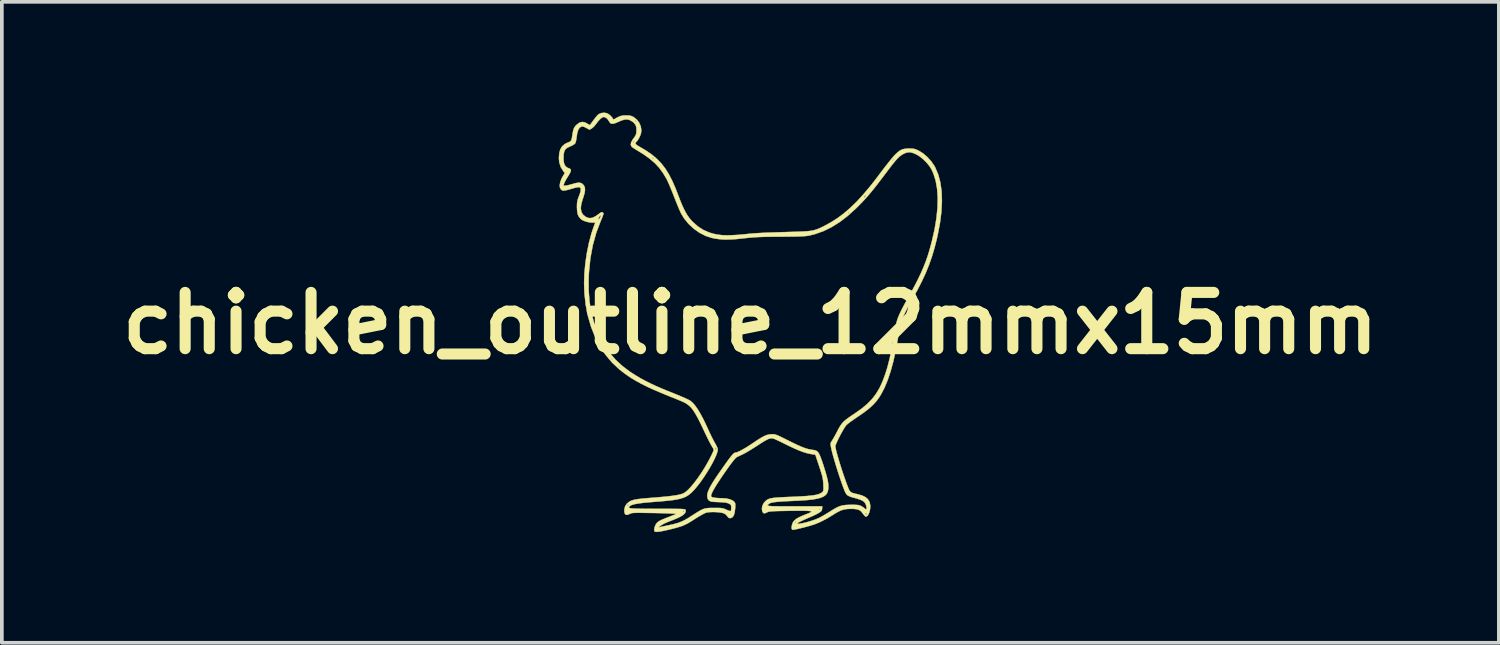
<source format=kicad_pcb>
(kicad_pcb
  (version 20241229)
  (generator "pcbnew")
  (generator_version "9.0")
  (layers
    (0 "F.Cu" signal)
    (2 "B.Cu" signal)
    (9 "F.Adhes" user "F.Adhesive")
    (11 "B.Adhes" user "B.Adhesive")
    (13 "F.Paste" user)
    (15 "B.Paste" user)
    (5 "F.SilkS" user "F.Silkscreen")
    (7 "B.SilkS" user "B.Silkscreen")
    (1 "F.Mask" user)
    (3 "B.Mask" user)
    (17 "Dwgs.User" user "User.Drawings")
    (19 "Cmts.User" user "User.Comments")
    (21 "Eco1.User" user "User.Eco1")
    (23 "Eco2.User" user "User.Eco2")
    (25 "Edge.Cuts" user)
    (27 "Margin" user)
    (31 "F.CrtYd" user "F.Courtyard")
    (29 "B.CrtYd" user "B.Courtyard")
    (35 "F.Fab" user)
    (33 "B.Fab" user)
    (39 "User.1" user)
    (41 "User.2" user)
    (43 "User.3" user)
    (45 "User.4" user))
  (footprint "chicken_outline_12mmx15mm"
    (layer "F.Cu")
    (at 17.279 5.707)
    (property "Reference" "chicken_outline_12mmx15mm" (at 0 0 0) (layer "F.SilkS") (effects (font (size 1.524 1.524) (thickness 0.3))))
    (attr through_hole)
    (fp_poly (pts (xy -3.889 -5.69) (xy -3.839 -5.664) (xy -3.786 -5.62) (xy -3.742 -5.571) (xy -3.721 -5.535) (xy -3.71 -5.521) (xy -3.686 -5.528) (xy -3.676 -5.534) (xy -3.598 -5.578) (xy -3.537 -5.606) (xy -3.483 -5.622) (xy -3.425 -5.629) (xy -3.37 -5.63) (xy -3.294 -5.628) (xy -3.239 -5.619) (xy -3.191 -5.6) (xy -3.167 -5.588) (xy -3.081 -5.522) (xy -3.014 -5.436) (xy -2.97 -5.338) (xy -2.953 -5.234) (xy -2.961 -5.151) (xy -2.981 -5.089) (xy -3.013 -5.021) (xy -3.05 -4.959) (xy -3.085 -4.916) (xy -3.089 -4.911) (xy -3.111 -4.886) (xy -3.109 -4.86) (xy -3.082 -4.831) (xy -3.026 -4.795) (xy -3.001 -4.781) (xy -2.825 -4.677) (xy -2.67 -4.57) (xy -2.534 -4.456) (xy -2.413 -4.331) (xy -2.305 -4.192) (xy -2.206 -4.033) (xy -2.113 -3.852) (xy -2.022 -3.644) (xy -1.956 -3.471) (xy -1.89 -3.301) (xy -1.83 -3.158) (xy -1.772 -3.039) (xy -1.715 -2.939) (xy -1.655 -2.853) (xy -1.59 -2.777) (xy -1.558 -2.744) (xy -1.42 -2.622) (xy -1.276 -2.529) (xy -1.121 -2.461) (xy -1.079 -2.447) (xy -0.979 -2.419) (xy -0.876 -2.399) (xy -0.766 -2.386) (xy -0.643 -2.381) (xy -0.504 -2.384) (xy -0.343 -2.393) (xy -0.155 -2.41) (xy -0.051 -2.421) (xy 0.023 -2.428) (xy 0.106 -2.435) (xy 0.201 -2.441) (xy 0.311 -2.447) (xy 0.441 -2.453) (xy 0.592 -2.458) (xy 0.769 -2.464) (xy 0.976 -2.47) (xy 1.058 -2.473) (xy 1.226 -2.477) (xy 1.364 -2.482) (xy 1.478 -2.488) (xy 1.572 -2.495) (xy 1.65 -2.505) (xy 1.717 -2.518) (xy 1.778 -2.535) (xy 1.837 -2.557) (xy 1.899 -2.584) (xy 1.969 -2.618) (xy 2.005 -2.636) (xy 2.19 -2.737) (xy 2.368 -2.851) (xy 2.541 -2.981) (xy 2.56 -2.997) (xy 2.65 -2.997) (xy 2.651 -2.982) (xy 2.658 -2.98) (xy 2.675 -2.993) (xy 2.675 -2.997) (xy 2.67 -3.014) (xy 2.668 -3.014) (xy 2.654 -3.002) (xy 2.65 -2.997) (xy 2.56 -2.997) (xy 2.713 -3.13) (xy 2.887 -3.299) (xy 2.996 -3.418) (xy 3.082 -3.418) (xy 3.088 -3.404) (xy 3.104 -3.419) (xy 3.118 -3.442) (xy 3.13 -3.467) (xy 3.124 -3.467) (xy 3.11 -3.457) (xy 3.087 -3.432) (xy 3.082 -3.418) (xy 2.996 -3.418) (xy 3.063 -3.492) (xy 3.247 -3.71) (xy 3.44 -3.957) (xy 3.488 -4.022) (xy 3.572 -4.134) (xy 3.655 -4.242) (xy 3.734 -4.342) (xy 3.788 -4.409) (xy 3.844 -4.409) (xy 3.852 -4.404) (xy 3.875 -4.426) (xy 3.88 -4.432) (xy 3.895 -4.452) (xy 3.886 -4.448) (xy 3.873 -4.439) (xy 3.85 -4.418) (xy 3.844 -4.409) (xy 3.788 -4.409) (xy 3.804 -4.429) (xy 3.862 -4.5) (xy 3.905 -4.549) (xy 3.917 -4.561) (xy 3.994 -4.634) (xy 4.061 -4.683) (xy 4.128 -4.713) (xy 4.202 -4.728) (xy 4.294 -4.733) (xy 4.301 -4.733) (xy 4.377 -4.731) (xy 4.433 -4.725) (xy 4.483 -4.71) (xy 4.541 -4.685) (xy 4.564 -4.674) (xy 4.681 -4.601) (xy 4.796 -4.502) (xy 4.901 -4.386) (xy 4.987 -4.261) (xy 5.008 -4.223) (xy 5.09 -4.029) (xy 5.148 -3.813) (xy 5.182 -3.572) (xy 5.191 -3.309) (xy 5.177 -3.023) (xy 5.138 -2.715) (xy 5.075 -2.385) (xy 5.054 -2.291) (xy 4.99 -2.041) (xy 4.921 -1.808) (xy 4.842 -1.584) (xy 4.752 -1.362) (xy 4.647 -1.135) (xy 4.525 -0.897) (xy 4.392 -0.658) (xy 4.286 -0.467) (xy 4.2 -0.302) (xy 4.135 -0.163) (xy 4.091 -0.051) (xy 4.073 0.008) (xy 4.062 0.059) (xy 4.047 0.134) (xy 4.03 0.228) (xy 4.011 0.333) (xy 3.996 0.423) (xy 3.937 0.749) (xy 3.872 1.042) (xy 3.8 1.305) (xy 3.722 1.538) (xy 3.637 1.744) (xy 3.543 1.924) (xy 3.498 1.998) (xy 3.42 2.106) (xy 3.327 2.209) (xy 3.214 2.312) (xy 3.077 2.418) (xy 2.914 2.53) (xy 2.826 2.59) (xy 2.745 2.647) (xy 2.675 2.698) (xy 2.624 2.739) (xy 2.597 2.764) (xy 2.568 2.804) (xy 2.53 2.865) (xy 2.486 2.94) (xy 2.441 3.023) (xy 2.397 3.108) (xy 2.359 3.188) (xy 2.328 3.257) (xy 2.308 3.308) (xy 2.303 3.332) (xy 2.309 3.376) (xy 2.324 3.447) (xy 2.348 3.54) (xy 2.38 3.651) (xy 2.417 3.775) (xy 2.458 3.907) (xy 2.502 4.043) (xy 2.548 4.177) (xy 2.593 4.305) (xy 2.637 4.422) (xy 2.64 4.43) (xy 2.668 4.499) (xy 2.694 4.546) (xy 2.726 4.578) (xy 2.772 4.6) (xy 2.838 4.618) (xy 2.895 4.63) (xy 3.024 4.666) (xy 3.123 4.714) (xy 3.192 4.776) (xy 3.234 4.853) (xy 3.25 4.947) (xy 3.25 4.965) (xy 3.243 5.044) (xy 3.226 5.117) (xy 3.2 5.178) (xy 3.17 5.221) (xy 3.138 5.24) (xy 3.122 5.238) (xy 3.099 5.219) (xy 3.067 5.182) (xy 3.054 5.165) (xy 3.116 5.165) (xy 3.129 5.181) (xy 3.133 5.182) (xy 3.149 5.169) (xy 3.15 5.165) (xy 3.137 5.148) (xy 3.133 5.148) (xy 3.116 5.161) (xy 3.116 5.165) (xy 3.054 5.165) (xy 3.045 5.152) (xy 3.002 5.099) (xy 2.953 5.063) (xy 2.891 5.041) (xy 2.808 5.031) (xy 2.73 5.029) (xy 2.625 5.033) (xy 2.535 5.047) (xy 2.451 5.073) (xy 2.363 5.116) (xy 2.26 5.178) (xy 2.252 5.184) (xy 2.071 5.294) (xy 1.9 5.382) (xy 1.745 5.447) (xy 1.728 5.453) (xy 1.655 5.475) (xy 1.57 5.5) (xy 1.478 5.525) (xy 1.386 5.548) (xy 1.3 5.569) (xy 1.227 5.585) (xy 1.172 5.595) (xy 1.142 5.598) (xy 1.14 5.598) (xy 1.123 5.575) (xy 1.118 5.53) (xy 1.126 5.475) (xy 1.145 5.417) (xy 1.156 5.393) (xy 1.163 5.385) (xy 1.211 5.385) (xy 1.212 5.4) (xy 1.218 5.402) (xy 1.235 5.389) (xy 1.236 5.385) (xy 1.23 5.368) (xy 1.229 5.368) (xy 1.214 5.38) (xy 1.211 5.385) (xy 1.163 5.385) (xy 1.19 5.347) (xy 1.241 5.304) (xy 1.312 5.262) (xy 1.408 5.218) (xy 1.503 5.179) (xy 1.567 5.154) (xy 1.618 5.132) (xy 1.648 5.116) (xy 1.652 5.112) (xy 1.652 5.102) (xy 1.638 5.094) (xy 1.606 5.088) (xy 1.554 5.084) (xy 1.479 5.081) (xy 1.379 5.08) (xy 1.251 5.081) (xy 1.092 5.083) (xy 1.044 5.083) (xy 0.895 5.086) (xy 0.777 5.088) (xy 0.684 5.091) (xy 0.613 5.094) (xy 0.56 5.098) (xy 0.521 5.103) (xy 0.491 5.109) (xy 0.468 5.117) (xy 0.448 5.127) (xy 0.395 5.149) (xy 0.36 5.147) (xy 0.335 5.119) (xy 0.323 5.092) (xy 0.316 5.046) (xy 1.863 5.046) (xy 1.868 5.063) (xy 1.87 5.063) (xy 1.885 5.051) (xy 1.888 5.046) (xy 1.887 5.031) (xy 1.881 5.029) (xy 1.863 5.041) (xy 1.863 5.046) (xy 0.316 5.046) (xy 0.313 5.02) (xy 0.328 4.942) (xy 0.367 4.867) (xy 0.425 4.805) (xy 0.428 4.803) (xy 0.461 4.781) (xy 0.497 4.762) (xy 0.542 4.748) (xy 0.598 4.737) (xy 0.67 4.727) (xy 0.764 4.72) (xy 0.882 4.714) (xy 1.029 4.707) (xy 1.041 4.707) (xy 1.236 4.699) (xy 1.4 4.69) (xy 1.536 4.681) (xy 1.648 4.67) (xy 1.738 4.658) (xy 1.809 4.643) (xy 1.865 4.626) (xy 1.908 4.606) (xy 1.939 4.586) (xy 1.959 4.569) (xy 1.972 4.551) (xy 1.979 4.526) (xy 1.981 4.486) (xy 1.98 4.423) (xy 1.978 4.37) (xy 1.974 4.305) (xy 1.969 4.249) (xy 1.96 4.194) (xy 1.947 4.135) (xy 1.926 4.063) (xy 1.898 3.973) (xy 1.866 3.877) (xy 1.761 3.562) (xy 1.631 3.542) (xy 1.541 3.523) (xy 1.438 3.492) (xy 1.321 3.448) (xy 1.185 3.389) (xy 1.026 3.314) (xy 0.931 3.267) (xy 0.842 3.223) (xy 0.76 3.184) (xy 0.691 3.152) (xy 0.642 3.131) (xy 0.622 3.124) (xy 0.583 3.118) (xy 0.542 3.121) (xy 0.494 3.135) (xy 0.435 3.163) (xy 0.36 3.205) (xy 0.266 3.265) (xy 0.194 3.312) (xy 0.099 3.373) (xy 0.004 3.432) (xy -0.084 3.485) (xy -0.158 3.527) (xy -0.203 3.55) (xy -0.267 3.58) (xy -0.324 3.607) (xy -0.362 3.625) (xy -0.367 3.627) (xy -0.398 3.652) (xy -0.444 3.705) (xy -0.506 3.783) (xy -0.583 3.887) (xy -0.673 4.015) (xy -0.776 4.164) (xy -0.823 4.235) (xy -0.911 4.369) (xy -0.978 4.479) (xy -1.025 4.565) (xy -1.054 4.63) (xy -1.064 4.675) (xy -1.062 4.696) (xy -1.039 4.712) (xy -0.987 4.726) (xy -0.909 4.735) (xy -0.812 4.741) (xy -0.761 4.741) (xy -0.653 4.749) (xy -0.558 4.77) (xy -0.482 4.802) (xy -0.441 4.833) (xy -0.421 4.858) (xy -0.41 4.884) (xy -0.407 4.922) (xy -0.408 4.981) (xy -0.41 5.008) (xy -0.423 5.123) (xy -0.448 5.206) (xy -0.486 5.259) (xy -0.535 5.28) (xy -0.536 5.28) (xy -0.577 5.278) (xy -0.605 5.256) (xy -0.62 5.234) (xy -0.656 5.191) (xy -0.705 5.156) (xy -0.71 5.153) (xy -0.764 5.137) (xy -0.84 5.124) (xy -0.931 5.117) (xy -1.025 5.115) (xy -1.112 5.119) (xy -1.183 5.128) (xy -1.197 5.132) (xy -1.238 5.149) (xy -1.3 5.181) (xy -1.376 5.224) (xy -1.459 5.275) (xy -1.501 5.302) (xy -1.603 5.367) (xy -1.688 5.418) (xy -1.767 5.458) (xy -1.846 5.492) (xy -1.934 5.521) (xy -2.04 5.551) (xy -2.158 5.581) (xy -2.299 5.614) (xy -2.409 5.637) (xy -2.492 5.65) (xy -2.55 5.653) (xy -2.586 5.646) (xy -2.601 5.632) (xy -2.605 5.582) (xy -2.591 5.518) (xy -2.561 5.451) (xy -2.555 5.441) (xy -2.531 5.409) (xy -2.497 5.379) (xy -2.448 5.349) (xy -2.381 5.317) (xy -2.29 5.28) (xy -2.202 5.246) (xy -2.129 5.218) (xy -2.068 5.193) (xy -2.026 5.175) (xy -2.01 5.166) (xy -2.023 5.163) (xy -2.067 5.159) (xy -2.136 5.156) (xy -2.229 5.152) (xy -2.341 5.148) (xy -2.468 5.145) (xy -2.599 5.142) (xy -2.758 5.14) (xy -2.887 5.138) (xy -2.989 5.137) (xy -3.068 5.137) (xy -3.128 5.138) (xy -3.172 5.14) (xy -3.205 5.144) (xy -3.229 5.15) (xy -3.249 5.157) (xy -3.267 5.166) (xy -3.268 5.166) (xy -3.329 5.191) (xy -3.371 5.191) (xy -3.398 5.164) (xy -3.407 5.139) (xy -3.411 5.097) (xy -1.829 5.097) (xy -1.823 5.113) (xy -1.821 5.114) (xy -1.807 5.102) (xy -1.803 5.097) (xy -1.805 5.081) (xy -1.811 5.08) (xy -1.828 5.092) (xy -1.829 5.097) (xy -3.411 5.097) (xy -3.415 5.051) (xy -3.394 4.965) (xy -3.37 4.928) (xy -3.327 4.928) (xy -3.326 4.943) (xy -3.32 4.945) (xy -3.303 4.932) (xy -3.302 4.928) (xy -3.308 4.911) (xy -3.309 4.911) (xy -3.324 4.923) (xy -3.327 4.928) (xy -3.37 4.928) (xy -3.345 4.889) (xy -3.28 4.836) (xy -3.245 4.817) (xy -3.208 4.801) (xy -3.164 4.788) (xy -3.11 4.776) (xy -3.041 4.765) (xy -2.953 4.755) (xy -2.842 4.744) (xy -2.705 4.733) (xy -2.594 4.724) (xy -2.404 4.708) (xy -2.245 4.693) (xy -2.113 4.677) (xy -2.006 4.661) (xy -1.921 4.644) (xy -1.853 4.625) (xy -1.818 4.612) (xy -1.756 4.574) (xy -1.682 4.509) (xy -1.599 4.42) (xy -1.509 4.311) (xy -1.416 4.186) (xy -1.321 4.047) (xy -1.228 3.899) (xy -1.14 3.745) (xy -1.081 3.633) (xy -1.038 3.547) (xy -1.01 3.486) (xy -0.995 3.444) (xy -0.992 3.418) (xy -0.997 3.405) (xy -1.003 3.395) (xy -0.948 3.395) (xy -0.939 3.418) (xy -0.932 3.421) (xy -0.923 3.408) (xy -0.925 3.395) (xy -0.937 3.373) (xy -0.942 3.37) (xy -0.948 3.384) (xy -0.948 3.395) (xy -1.003 3.395) (xy -1.028 3.358) (xy -1.061 3.302) (xy -1.099 3.231) (xy -1.144 3.143) (xy -1.198 3.032) (xy -1.264 2.894) (xy -1.271 2.878) (xy -1.348 2.717) (xy -1.415 2.583) (xy -1.475 2.475) (xy -1.528 2.388) (xy -1.576 2.32) (xy -1.623 2.267) (xy -1.661 2.232) (xy -1.692 2.208) (xy -1.719 2.188) (xy -1.747 2.169) (xy -1.782 2.15) (xy -1.826 2.129) (xy -1.885 2.104) (xy -1.963 2.071) (xy -2.065 2.03) (xy -2.166 1.99) (xy -2.403 1.893) (xy -2.611 1.804) (xy -2.795 1.72) (xy -2.957 1.639) (xy -3.103 1.559) (xy -3.236 1.479) (xy -3.36 1.395) (xy -3.479 1.306) (xy -3.551 1.248) (xy -3.654 1.152) (xy -3.572 1.152) (xy -3.568 1.16) (xy -3.558 1.173) (xy -3.533 1.199) (xy -3.522 1.199) (xy -3.522 1.196) (xy -3.534 1.182) (xy -3.552 1.166) (xy -3.572 1.152) (xy -3.654 1.152) (xy -3.746 1.066) (xy -3.841 0.953) (xy -3.773 0.953) (xy -3.769 0.963) (xy -3.752 0.981) (xy -3.742 0.977) (xy -3.742 0.975) (xy -3.754 0.96) (xy -3.762 0.955) (xy -3.773 0.953) (xy -3.841 0.953) (xy -3.921 0.858) (xy -4.074 0.626) (xy -4.206 0.373) (xy -4.314 0.101) (xy -4.399 -0.189) (xy -4.46 -0.494) (xy -4.495 -0.812) (xy -4.504 -1.087) (xy -4.495 -1.355) (xy -4.469 -1.631) (xy -4.428 -1.908) (xy -4.373 -2.177) (xy -4.306 -2.428) (xy -4.253 -2.587) (xy -4.202 -2.726) (xy -4.282 -2.726) (xy -4.369 -2.734) (xy -4.459 -2.756) (xy -4.537 -2.787) (xy -4.579 -2.812) (xy -4.6 -2.834) (xy -4.115 -2.834) (xy -4.11 -2.813) (xy -4.095 -2.823) (xy -4.073 -2.861) (xy -4.055 -2.899) (xy -4.048 -2.924) (xy -4.048 -2.924) (xy -4.056 -2.926) (xy -4.073 -2.908) (xy -4.094 -2.88) (xy -4.11 -2.851) (xy -4.115 -2.834) (xy -4.6 -2.834) (xy -4.634 -2.868) (xy -4.671 -2.937) (xy -4.691 -3.024) (xy -4.698 -3.137) (xy -4.698 -3.15) (xy -4.696 -3.233) (xy -4.689 -3.297) (xy -4.675 -3.355) (xy -4.652 -3.42) (xy -4.642 -3.444) (xy -4.607 -3.542) (xy -4.593 -3.614) (xy -4.599 -3.661) (xy -4.626 -3.685) (xy -4.64 -3.688) (xy -4.673 -3.685) (xy -4.73 -3.674) (xy -4.801 -3.656) (xy -4.849 -3.641) (xy -4.943 -3.614) (xy -5.01 -3.598) (xy -5.058 -3.592) (xy -5.093 -3.598) (xy -5.12 -3.614) (xy -5.131 -3.624) (xy -5.158 -3.674) (xy -5.164 -3.744) (xy -5.149 -3.828) (xy -5.113 -3.921) (xy -5.071 -3.997) (xy -5.026 -4.068) (xy -5.062 -4.113) (xy -5.135 -4.228) (xy -5.176 -4.356) (xy -5.187 -4.468) (xy -5.183 -4.519) (xy -5.061 -4.519) (xy -5.06 -4.406) (xy -5.044 -4.321) (xy -5.012 -4.259) (xy -4.962 -4.216) (xy -4.898 -4.191) (xy -4.868 -4.171) (xy -4.862 -4.135) (xy -4.881 -4.08) (xy -4.924 -4.004) (xy -4.927 -3.999) (xy -4.983 -3.91) (xy -5.021 -3.841) (xy -5.046 -3.786) (xy -5.054 -3.763) (xy -5.058 -3.736) (xy -5.04 -3.726) (xy -5.018 -3.725) (xy -4.979 -3.73) (xy -4.92 -3.744) (xy -4.851 -3.762) (xy -4.834 -3.767) (xy -4.738 -3.794) (xy -4.666 -3.807) (xy -4.612 -3.805) (xy -4.569 -3.789) (xy -4.55 -3.776) (xy -4.508 -3.732) (xy -4.484 -3.677) (xy -4.479 -3.609) (xy -4.492 -3.523) (xy -4.524 -3.414) (xy -4.542 -3.362) (xy -4.581 -3.228) (xy -4.594 -3.114) (xy -4.578 -3.02) (xy -4.536 -2.944) (xy -4.466 -2.886) (xy -4.461 -2.883) (xy -4.395 -2.854) (xy -4.332 -2.847) (xy -4.265 -2.862) (xy -4.19 -2.9) (xy -4.1 -2.964) (xy -4.078 -2.982) (xy -4.035 -3.006) (xy -4 -3.005) (xy -3.981 -2.981) (xy -3.979 -2.968) (xy -3.986 -2.94) (xy -4.004 -2.89) (xy -4.03 -2.824) (xy -4.054 -2.768) (xy -4.175 -2.451) (xy -4.268 -2.115) (xy -4.334 -1.759) (xy -4.372 -1.384) (xy -4.381 -1.209) (xy -4.38 -0.885) (xy -4.357 -0.584) (xy -4.31 -0.301) (xy -4.241 -0.034) (xy -4.146 0.222) (xy -4.082 0.364) (xy -3.955 0.595) (xy -3.813 0.803) (xy -3.651 0.99) (xy -3.465 1.161) (xy -3.253 1.321) (xy -3.08 1.43) (xy -2.96 1.5) (xy -2.839 1.565) (xy -2.712 1.629) (xy -2.573 1.694) (xy -2.417 1.762) (xy -2.239 1.836) (xy -2.085 1.897) (xy -1.973 1.943) (xy -1.867 1.987) (xy -1.774 2.027) (xy -1.699 2.062) (xy -1.646 2.089) (xy -1.626 2.101) (xy -1.561 2.157) (xy -1.495 2.233) (xy -1.425 2.332) (xy -1.352 2.455) (xy -1.272 2.604) (xy -1.186 2.783) (xy -1.128 2.911) (xy -1.085 3.003) (xy -1.038 3.099) (xy -0.993 3.186) (xy -0.957 3.251) (xy -0.923 3.313) (xy -0.896 3.369) (xy -0.882 3.408) (xy -0.881 3.417) (xy -0.891 3.48) (xy -0.92 3.565) (xy -0.965 3.667) (xy -1.023 3.783) (xy -1.092 3.906) (xy -1.17 4.034) (xy -1.252 4.161) (xy -1.337 4.284) (xy -1.423 4.397) (xy -1.506 4.497) (xy -1.573 4.568) (xy -1.629 4.62) (xy -1.687 4.664) (xy -1.75 4.701) (xy -1.821 4.731) (xy -1.905 4.756) (xy -2.006 4.778) (xy -2.127 4.796) (xy -2.272 4.812) (xy -2.446 4.828) (xy -2.532 4.834) (xy -2.713 4.849) (xy -2.864 4.863) (xy -2.987 4.877) (xy -3.084 4.892) (xy -3.159 4.908) (xy -3.214 4.925) (xy -3.252 4.944) (xy -3.277 4.966) (xy -3.285 4.978) (xy -3.29 4.995) (xy -3.279 5.005) (xy -3.245 5.013) (xy -3.197 5.018) (xy -3.157 5.021) (xy -3.088 5.023) (xy -2.993 5.025) (xy -2.878 5.027) (xy -2.746 5.028) (xy -2.603 5.029) (xy -2.452 5.029) (xy -2.429 5.029) (xy -2.261 5.029) (xy -2.124 5.029) (xy -2.015 5.03) (xy -1.93 5.031) (xy -1.866 5.033) (xy -1.821 5.036) (xy -1.79 5.039) (xy -1.771 5.044) (xy -1.76 5.05) (xy -1.755 5.058) (xy -1.752 5.064) (xy -1.753 5.113) (xy -1.785 5.163) (xy -1.85 5.215) (xy -1.948 5.268) (xy -2.078 5.323) (xy -2.1 5.331) (xy -2.221 5.378) (xy -2.314 5.418) (xy -2.386 5.456) (xy -2.44 5.492) (xy -2.455 5.504) (xy -2.481 5.527) (xy -2.48 5.533) (xy -2.464 5.529) (xy -2.435 5.521) (xy -2.38 5.509) (xy -2.307 5.493) (xy -2.225 5.476) (xy -2.218 5.475) (xy -2.082 5.445) (xy -1.97 5.414) (xy -1.87 5.377) (xy -1.773 5.33) (xy -1.669 5.27) (xy -1.586 5.216) (xy -1.48 5.148) (xy -1.396 5.096) (xy -1.327 5.058) (xy -1.267 5.032) (xy -1.209 5.016) (xy -1.146 5.008) (xy -1.073 5.004) (xy -0.982 5.004) (xy -0.888 5.004) (xy -0.82 5.006) (xy -0.77 5.011) (xy -0.729 5.02) (xy -0.69 5.034) (xy -0.647 5.053) (xy -0.593 5.076) (xy -0.551 5.089) (xy -0.53 5.091) (xy -0.53 5.091) (xy -0.523 5.068) (xy -0.518 5.024) (xy -0.518 4.999) (xy -0.519 4.95) (xy -0.529 4.921) (xy -0.557 4.9) (xy -0.584 4.886) (xy -0.627 4.869) (xy -0.681 4.858) (xy -0.753 4.851) (xy -0.838 4.847) (xy -0.918 4.844) (xy -0.989 4.84) (xy -1.041 4.836) (xy -1.063 4.833) (xy -1.121 4.806) (xy -1.157 4.754) (xy -1.168 4.683) (xy -1.164 4.63) (xy -1.149 4.571) (xy -1.122 4.504) (xy -1.082 4.424) (xy -1.027 4.329) (xy -0.956 4.217) (xy -0.866 4.084) (xy -0.757 3.929) (xy -0.742 3.907) (xy -0.658 3.789) (xy -0.59 3.695) (xy -0.536 3.624) (xy -0.494 3.573) (xy -0.461 3.538) (xy -0.435 3.517) (xy -0.414 3.507) (xy -0.4 3.505) (xy -0.357 3.495) (xy -0.29 3.466) (xy -0.204 3.42) (xy -0.101 3.36) (xy 0.014 3.286) (xy 0.084 3.239) (xy 0.2 3.161) (xy 0.295 3.102) (xy 0.374 3.059) (xy 0.441 3.031) (xy 0.503 3.015) (xy 0.562 3.008) (xy 0.584 3.007) (xy 0.62 3.008) (xy 0.653 3.011) (xy 0.688 3.02) (xy 0.731 3.035) (xy 0.787 3.06) (xy 0.86 3.095) (xy 0.956 3.143) (xy 1.008 3.169) (xy 1.159 3.244) (xy 1.286 3.304) (xy 1.392 3.35) (xy 1.483 3.385) (xy 1.562 3.409) (xy 1.634 3.424) (xy 1.678 3.431) (xy 1.732 3.438) (xy 1.775 3.45) (xy 1.811 3.471) (xy 1.842 3.504) (xy 1.871 3.553) (xy 1.901 3.623) (xy 1.935 3.716) (xy 1.976 3.838) (xy 1.979 3.847) (xy 2.027 4.001) (xy 2.064 4.128) (xy 2.09 4.233) (xy 2.107 4.321) (xy 2.114 4.397) (xy 2.114 4.465) (xy 2.113 4.481) (xy 2.101 4.549) (xy 2.078 4.607) (xy 2.039 4.656) (xy 1.983 4.696) (xy 1.906 4.729) (xy 1.808 4.755) (xy 1.685 4.776) (xy 1.534 4.792) (xy 1.353 4.804) (xy 1.236 4.81) (xy 1.061 4.818) (xy 0.917 4.825) (xy 0.8 4.833) (xy 0.708 4.841) (xy 0.636 4.85) (xy 0.583 4.86) (xy 0.544 4.871) (xy 0.517 4.885) (xy 0.511 4.889) (xy 0.489 4.906) (xy 0.474 4.92) (xy 0.468 4.931) (xy 0.473 4.94) (xy 0.493 4.948) (xy 0.53 4.953) (xy 0.587 4.957) (xy 0.665 4.959) (xy 0.767 4.96) (xy 0.897 4.961) (xy 1.056 4.961) (xy 1.202 4.961) (xy 1.949 4.961) (xy 1.944 5.025) (xy 1.938 5.062) (xy 1.922 5.09) (xy 1.889 5.117) (xy 1.847 5.143) (xy 1.784 5.177) (xy 1.706 5.215) (xy 1.629 5.249) (xy 1.627 5.25) (xy 1.544 5.285) (xy 1.451 5.327) (xy 1.372 5.364) (xy 1.311 5.394) (xy 1.278 5.413) (xy 1.269 5.425) (xy 1.281 5.431) (xy 1.287 5.432) (xy 1.336 5.432) (xy 1.409 5.42) (xy 1.499 5.4) (xy 1.598 5.372) (xy 1.698 5.34) (xy 1.793 5.305) (xy 1.875 5.269) (xy 1.883 5.264) (xy 1.937 5.235) (xy 2.01 5.193) (xy 2.09 5.145) (xy 2.153 5.106) (xy 2.258 5.04) (xy 2.344 4.992) (xy 2.42 4.959) (xy 2.492 4.938) (xy 2.57 4.926) (xy 2.662 4.921) (xy 2.726 4.92) (xy 2.818 4.92) (xy 2.884 4.923) (xy 2.931 4.928) (xy 2.967 4.938) (xy 3 4.952) (xy 3.007 4.956) (xy 3.054 4.984) (xy 3.09 5.012) (xy 3.098 5.019) (xy 3.125 5.042) (xy 3.143 5.037) (xy 3.15 5.009) (xy 3.145 4.964) (xy 3.127 4.907) (xy 3.125 4.902) (xy 3.096 4.854) (xy 3.049 4.814) (xy 2.979 4.781) (xy 2.882 4.749) (xy 2.855 4.742) (xy 2.759 4.716) (xy 2.691 4.693) (xy 2.643 4.669) (xy 2.61 4.641) (xy 2.585 4.605) (xy 2.566 4.568) (xy 2.532 4.483) (xy 2.491 4.374) (xy 2.447 4.247) (xy 2.4 4.107) (xy 2.353 3.961) (xy 2.308 3.816) (xy 2.267 3.676) (xy 2.231 3.55) (xy 2.204 3.442) (xy 2.186 3.36) (xy 2.185 3.357) (xy 2.175 3.298) (xy 2.175 3.259) (xy 2.184 3.228) (xy 2.207 3.19) (xy 2.215 3.179) (xy 2.242 3.135) (xy 2.279 3.07) (xy 2.322 2.993) (xy 2.361 2.917) (xy 2.403 2.837) (xy 2.443 2.771) (xy 2.485 2.714) (xy 2.533 2.662) (xy 2.594 2.61) (xy 2.671 2.553) (xy 2.77 2.485) (xy 2.829 2.446) (xy 3.013 2.316) (xy 3.168 2.187) (xy 3.297 2.055) (xy 3.404 1.916) (xy 3.494 1.766) (xy 3.51 1.736) (xy 3.584 1.573) (xy 3.651 1.393) (xy 3.714 1.193) (xy 3.771 0.969) (xy 3.826 0.719) (xy 3.878 0.437) (xy 3.879 0.432) (xy 3.899 0.314) (xy 3.919 0.202) (xy 3.938 0.1) (xy 3.955 0.017) (xy 3.967 -0.042) (xy 3.971 -0.059) (xy 3.999 -0.145) (xy 4.043 -0.249) (xy 4.104 -0.376) (xy 4.183 -0.526) (xy 4.235 -0.618) (xy 4.356 -0.836) (xy 4.461 -1.031) (xy 4.551 -1.208) (xy 4.628 -1.371) (xy 4.695 -1.525) (xy 4.754 -1.676) (xy 4.807 -1.827) (xy 4.855 -1.985) (xy 4.901 -2.153) (xy 4.916 -2.21) (xy 4.991 -2.537) (xy 5.042 -2.845) (xy 5.071 -3.133) (xy 5.077 -3.399) (xy 5.06 -3.642) (xy 5.021 -3.863) (xy 4.958 -4.06) (xy 4.906 -4.174) (xy 4.848 -4.263) (xy 4.771 -4.356) (xy 4.682 -4.444) (xy 4.591 -4.518) (xy 4.506 -4.57) (xy 4.505 -4.57) (xy 4.414 -4.61) (xy 4.341 -4.63) (xy 4.279 -4.632) (xy 4.216 -4.617) (xy 4.177 -4.601) (xy 4.128 -4.576) (xy 4.083 -4.547) (xy 4.037 -4.511) (xy 3.987 -4.463) (xy 3.932 -4.402) (xy 3.867 -4.323) (xy 3.789 -4.223) (xy 3.696 -4.1) (xy 3.669 -4.064) (xy 3.536 -3.888) (xy 3.419 -3.735) (xy 3.312 -3.601) (xy 3.214 -3.483) (xy 3.119 -3.375) (xy 3.024 -3.273) (xy 2.925 -3.172) (xy 2.859 -3.107) (xy 2.639 -2.908) (xy 2.422 -2.741) (xy 2.204 -2.605) (xy 1.985 -2.497) (xy 1.761 -2.417) (xy 1.594 -2.375) (xy 1.551 -2.368) (xy 1.5 -2.362) (xy 1.436 -2.357) (xy 1.355 -2.353) (xy 1.255 -2.35) (xy 1.131 -2.348) (xy 0.98 -2.346) (xy 0.821 -2.345) (xy 0.645 -2.344) (xy 0.497 -2.342) (xy 0.372 -2.34) (xy 0.264 -2.336) (xy 0.167 -2.332) (xy 0.076 -2.326) (xy -0.015 -2.318) (xy -0.111 -2.308) (xy -0.195 -2.299) (xy -0.382 -2.279) (xy -0.544 -2.269) (xy -0.685 -2.267) (xy -0.814 -2.274) (xy -0.935 -2.29) (xy -1.046 -2.312) (xy -1.214 -2.367) (xy -1.378 -2.451) (xy -1.533 -2.561) (xy -1.673 -2.691) (xy -1.793 -2.838) (xy -1.871 -2.965) (xy -1.895 -3.015) (xy -1.928 -3.089) (xy -1.967 -3.182) (xy -2.01 -3.288) (xy -2.053 -3.398) (xy -2.066 -3.43) (xy -2.11 -3.542) (xy -2.155 -3.652) (xy -2.198 -3.753) (xy -2.235 -3.838) (xy -2.265 -3.899) (xy -2.271 -3.911) (xy -2.366 -4.07) (xy -2.47 -4.212) (xy -2.59 -4.34) (xy -2.728 -4.459) (xy -2.753 -4.477) (xy -2.653 -4.477) (xy -2.65 -4.47) (xy -2.635 -4.454) (xy -2.632 -4.453) (xy -2.625 -4.467) (xy -2.625 -4.47) (xy -2.638 -4.487) (xy -2.643 -4.487) (xy -2.653 -4.477) (xy -2.753 -4.477) (xy -2.891 -4.576) (xy -3.035 -4.665) (xy -3.103 -4.706) (xy -3.161 -4.743) (xy -3.203 -4.772) (xy -3.219 -4.786) (xy -3.24 -4.835) (xy -3.23 -4.896) (xy -3.228 -4.9) (xy -3.183 -4.9) (xy -3.175 -4.895) (xy -3.153 -4.917) (xy -3.147 -4.923) (xy -3.133 -4.943) (xy -3.142 -4.939) (xy -3.154 -4.93) (xy -3.177 -4.909) (xy -3.183 -4.9) (xy -3.228 -4.9) (xy -3.19 -4.971) (xy -3.166 -5.005) (xy -3.125 -5.061) (xy -3.102 -5.105) (xy -3.09 -5.152) (xy -3.085 -5.206) (xy -3.087 -5.3) (xy -3.11 -5.373) (xy -3.158 -5.433) (xy -3.188 -5.458) (xy -3.259 -5.502) (xy -3.264 -5.503) (xy -3.132 -5.503) (xy -3.127 -5.494) (xy -3.118 -5.482) (xy -3.093 -5.456) (xy -3.082 -5.456) (xy -3.082 -5.459) (xy -3.093 -5.473) (xy -3.111 -5.489) (xy -3.132 -5.503) (xy -3.264 -5.503) (xy -3.33 -5.522) (xy -3.407 -5.518) (xy -3.497 -5.491) (xy -3.565 -5.461) (xy -3.651 -5.424) (xy -3.715 -5.405) (xy -3.762 -5.405) (xy -3.796 -5.424) (xy -3.824 -5.463) (xy -3.826 -5.468) (xy -3.874 -5.538) (xy -3.931 -5.579) (xy -3.977 -5.588) (xy -4.017 -5.573) (xy -4.068 -5.532) (xy -4.128 -5.467) (xy -4.191 -5.383) (xy -4.233 -5.333) (xy -4.28 -5.29) (xy -4.299 -5.277) (xy -4.357 -5.243) (xy -4.447 -5.292) (xy -4.503 -5.32) (xy -4.542 -5.331) (xy -4.575 -5.328) (xy -4.584 -5.325) (xy -4.629 -5.294) (xy -4.664 -5.237) (xy -4.69 -5.15) (xy -4.705 -5.05) (xy -4.715 -4.98) (xy -4.728 -4.919) (xy -4.742 -4.879) (xy -4.745 -4.873) (xy -4.773 -4.848) (xy -4.822 -4.818) (xy -4.877 -4.793) (xy -4.954 -4.757) (xy -5.006 -4.717) (xy -5.038 -4.665) (xy -5.055 -4.594) (xy -5.061 -4.519) (xy -5.183 -4.519) (xy -5.178 -4.601) (xy -5.15 -4.708) (xy -5.1 -4.791) (xy -5.029 -4.853) (xy -4.961 -4.887) (xy -4.905 -4.91) (xy -4.87 -4.932) (xy -4.849 -4.963) (xy -4.836 -5.011) (xy -4.827 -5.068) (xy -4.811 -5.165) (xy -4.795 -5.235) (xy -4.776 -5.287) (xy -4.751 -5.329) (xy -4.716 -5.367) (xy -4.699 -5.383) (xy -4.627 -5.435) (xy -4.555 -5.454) (xy -4.482 -5.441) (xy -4.419 -5.408) (xy -4.379 -5.383) (xy -4.352 -5.37) (xy -4.346 -5.37) (xy -4.334 -5.385) (xy -4.307 -5.422) (xy -4.269 -5.473) (xy -4.245 -5.507) (xy -4.198 -5.567) (xy -4.155 -5.619) (xy -4.12 -5.655) (xy -4.108 -5.664) (xy -4.034 -5.695) (xy -3.95 -5.702) (xy -3.889 -5.69)) (stroke (width 0.01) (type solid)) (fill yes) (layer "F.SilkS")))
  (gr_rect
    (start -3 -3)
    (end 37.559 14.365)
    (stroke (width 0.1) (type default))
    (fill no)
    (layer "Edge.Cuts")))
</source>
